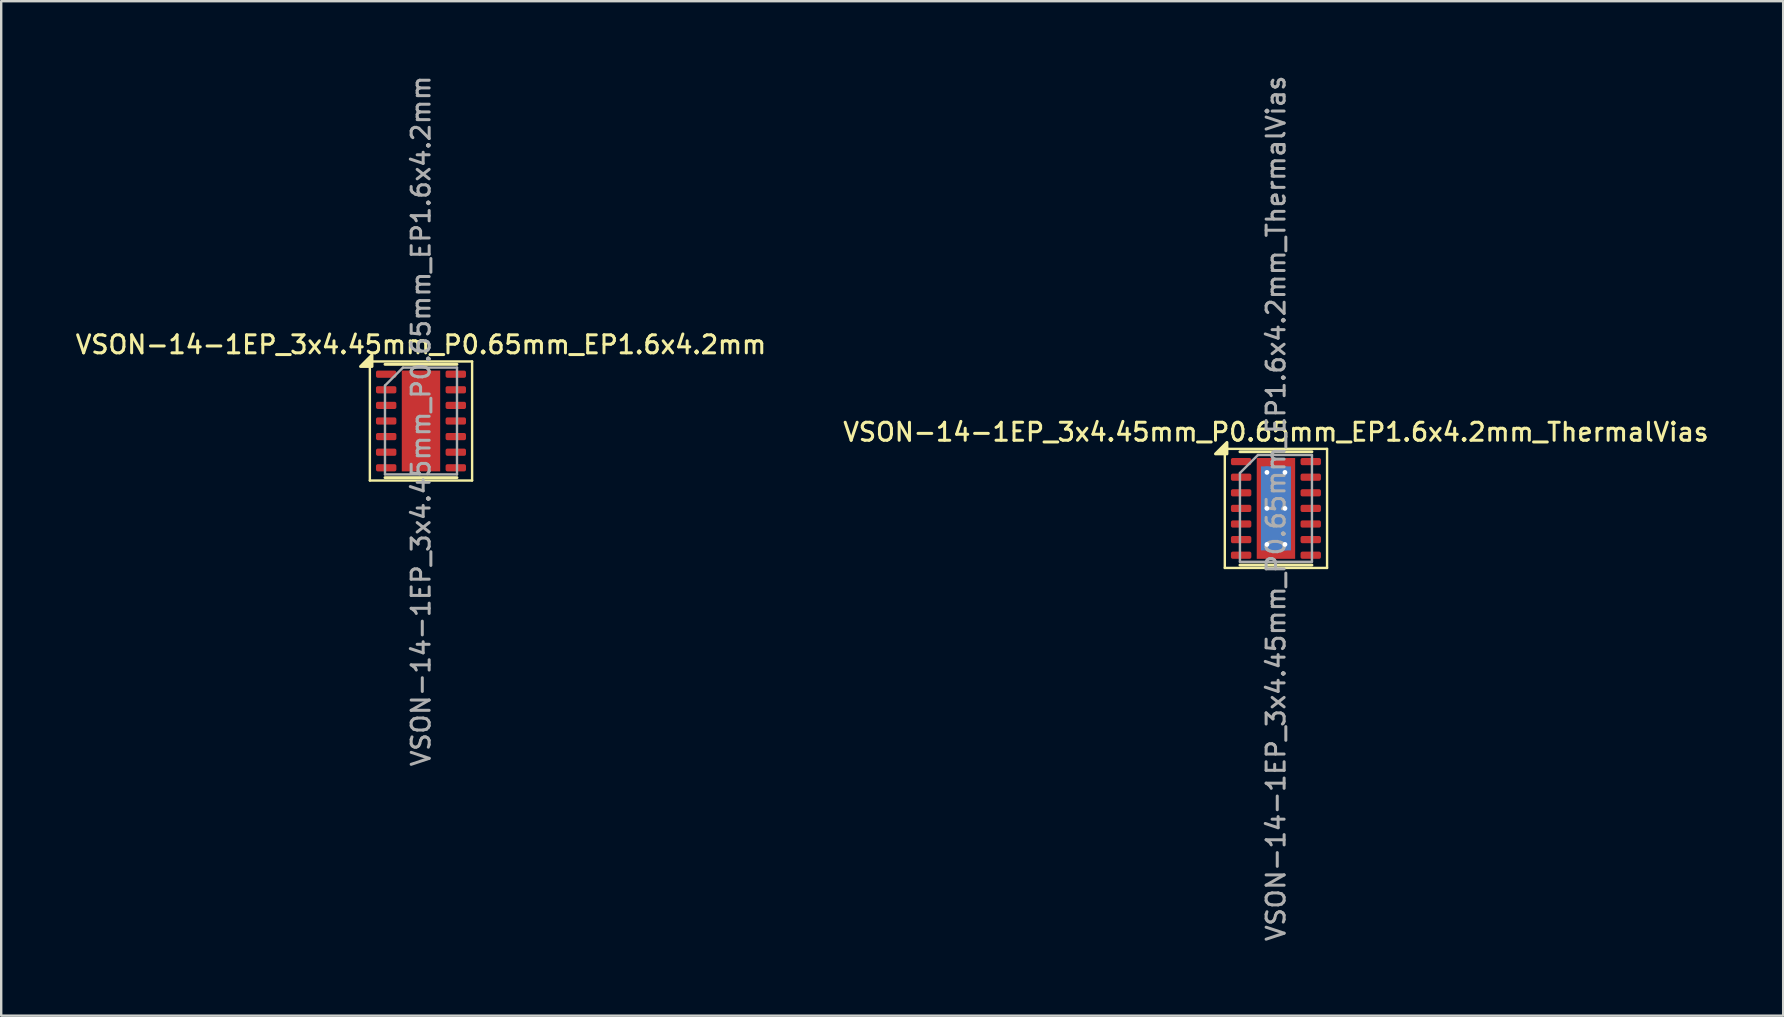
<source format=kicad_pcb>
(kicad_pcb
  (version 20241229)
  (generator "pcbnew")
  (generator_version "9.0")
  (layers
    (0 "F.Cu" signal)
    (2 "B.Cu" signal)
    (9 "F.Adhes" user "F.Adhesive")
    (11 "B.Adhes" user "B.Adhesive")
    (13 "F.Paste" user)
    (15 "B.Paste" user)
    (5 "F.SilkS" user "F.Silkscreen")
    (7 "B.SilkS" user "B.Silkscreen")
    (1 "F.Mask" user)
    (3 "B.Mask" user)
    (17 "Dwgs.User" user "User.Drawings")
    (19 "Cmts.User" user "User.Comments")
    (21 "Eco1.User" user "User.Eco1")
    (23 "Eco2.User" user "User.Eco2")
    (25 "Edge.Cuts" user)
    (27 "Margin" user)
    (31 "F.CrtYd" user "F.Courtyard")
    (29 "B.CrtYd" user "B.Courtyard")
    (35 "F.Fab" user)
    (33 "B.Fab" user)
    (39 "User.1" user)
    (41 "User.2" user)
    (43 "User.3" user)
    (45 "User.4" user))
  (footprint "VSON-14-1EP_3x4.45mm_P0.65mm_EP1.6x4.2mm_ThermalVias"
    (layer "F.Cu")
    (at 50.105 18.13)
    (property "Reference" "VSON-14-1EP_3x4.45mm_P0.65mm_EP1.6x4.2mm_ThermalVias" (at 0 -3.18 0) (layer "F.SilkS") (effects (font (size 0.75 0.75) (thickness 0.125))))
    (attr smd)
    (fp_line (start -2.13 -2.48) (end -2.13 2.48) (stroke (width 0.1) (type solid)) (layer "F.SilkS"))
    (fp_line (start -2.13 2.48) (end 2.13 2.48) (stroke (width 0.1) (type solid)) (layer "F.SilkS"))
    (fp_line (start -1.5 -2.36) (end 1.5 -2.36) (stroke (width 0.12) (type solid)) (layer "F.SilkS"))
    (fp_line (start -1.5 2.36) (end 1.5 2.36) (stroke (width 0.12) (type solid)) (layer "F.SilkS"))
    (fp_line (start 2.13 -2.48) (end -2.13 -2.48) (stroke (width 0.1) (type solid)) (layer "F.SilkS"))
    (fp_line (start 2.13 2.48) (end 2.13 -2.48) (stroke (width 0.1) (type solid)) (layer "F.SilkS"))
    (fp_poly (pts (xy -2.04 -2.27) (xy -2.52 -2.27) (xy -2.04 -2.75) (xy -2.04 -2.27)) (stroke (width 0.12) (type solid)) (fill yes) (layer "F.SilkS"))
    (fp_line (start -1.5 -1.475) (end -0.75 -2.225) (stroke (width 0.1) (type solid)) (layer "F.Fab"))
    (fp_line (start -1.5 2.225) (end -1.5 -1.475) (stroke (width 0.1) (type solid)) (layer "F.Fab"))
    (fp_line (start -0.75 -2.225) (end 1.5 -2.225) (stroke (width 0.1) (type solid)) (layer "F.Fab"))
    (fp_line (start 1.5 -2.225) (end 1.5 2.225) (stroke (width 0.1) (type solid)) (layer "F.Fab"))
    (fp_line (start 1.5 2.225) (end -1.5 2.225) (stroke (width 0.1) (type solid)) (layer "F.Fab"))
    (fp_text user "${REFERENCE}" (at 0 0 90) (layer "F.Fab") (effects (font (size 0.75 0.75) (thickness 0.125))))
    (pad "" smd custom (at -0.588 -1.8) (size 0.163 0.163) (layers "F.Paste") (options (anchor circle)) (primitives (gr_poly (pts (xy -0.127 -0.198) (xy 0.127 -0.198) (xy 0.127 -0.031) (xy -0.101 0.198) (xy -0.127 0.198)) (width 0.088) (fill yes))))
    (pad "" smd custom (at -0.588 -0.75) (size 0.225 0.225) (layers "F.Paste") (options (anchor circle)) (primitives (gr_poly (pts (xy -0.086 -0.519) (xy -0.031 -0.519) (xy 0.086 -0.402) (xy 0.086 0.402) (xy -0.031 0.519) (xy -0.086 0.519)) (width 0.171) (fill yes))))
    (pad "" smd custom (at -0.588 0.75) (size 0.225 0.225) (layers "F.Paste") (options (anchor circle)) (primitives (gr_poly (pts (xy -0.086 -0.519) (xy -0.031 -0.519) (xy 0.086 -0.402) (xy 0.086 0.402) (xy -0.031 0.519) (xy -0.086 0.519)) (width 0.171) (fill yes))))
    (pad "" smd custom (at -0.588 1.8) (size 0.163 0.163) (layers "F.Paste") (options (anchor circle)) (primitives (gr_poly (pts (xy -0.127 -0.198) (xy -0.101 -0.198) (xy 0.127 0.031) (xy 0.127 0.198) (xy -0.127 0.198)) (width 0.088) (fill yes))))
    (pad "" smd custom (at 0 -1.8) (size 0.326 0.326) (layers "F.Paste") (options (anchor circle)) (primitives (gr_poly (pts (xy -0.181 -0.121) (xy 0.181 -0.121) (xy 0.181 -0.031) (xy 0.029 0.121) (xy -0.029 0.121) (xy -0.181 -0.031)) (width 0.242) (fill yes))))
    (pad "" smd custom (at 0 -0.75) (size 0.509 0.509) (layers "F.Paste") (options (anchor circle)) (primitives (gr_poly (pts (xy -0.206 -0.429) (xy -0.127 -0.509) (xy 0.127 -0.509) (xy 0.206 -0.429) (xy 0.206 0.429) (xy 0.127 0.509) (xy -0.127 0.509) (xy -0.206 0.429)) (width 0.192) (fill yes))))
    (pad "" smd custom (at 0 0.75) (size 0.509 0.509) (layers "F.Paste") (options (anchor circle)) (primitives (gr_poly (pts (xy -0.206 -0.429) (xy -0.127 -0.509) (xy 0.127 -0.509) (xy 0.206 -0.429) (xy 0.206 0.429) (xy 0.127 0.509) (xy -0.127 0.509) (xy -0.206 0.429)) (width 0.192) (fill yes))))
    (pad "" smd custom (at 0 1.8) (size 0.326 0.326) (layers "F.Paste") (options (anchor circle)) (primitives (gr_poly (pts (xy -0.181 0.031) (xy -0.029 -0.121) (xy 0.029 -0.121) (xy 0.181 0.031) (xy 0.181 0.121) (xy -0.181 0.121)) (width 0.242) (fill yes))))
    (pad "" smd custom (at 0.588 -1.8) (size 0.163 0.163) (layers "F.Paste") (options (anchor circle)) (primitives (gr_poly (pts (xy -0.127 -0.198) (xy 0.127 -0.198) (xy 0.127 0.198) (xy 0.101 0.198) (xy -0.127 -0.031)) (width 0.088) (fill yes))))
    (pad "" smd custom (at 0.588 -0.75) (size 0.225 0.225) (layers "F.Paste") (options (anchor circle)) (primitives (gr_poly (pts (xy -0.086 -0.402) (xy 0.031 -0.519) (xy 0.086 -0.519) (xy 0.086 0.519) (xy 0.031 0.519) (xy -0.086 0.402)) (width 0.171) (fill yes))))
    (pad "" smd custom (at 0.588 0.75) (size 0.225 0.225) (layers "F.Paste") (options (anchor circle)) (primitives (gr_poly (pts (xy -0.086 -0.402) (xy 0.031 -0.519) (xy 0.086 -0.519) (xy 0.086 0.519) (xy 0.031 0.519) (xy -0.086 0.402)) (width 0.171) (fill yes))))
    (pad "" smd custom (at 0.588 1.8) (size 0.163 0.163) (layers "F.Paste") (options (anchor circle)) (primitives (gr_poly (pts (xy -0.127 0.031) (xy 0.101 -0.198) (xy 0.127 -0.198) (xy 0.127 0.198) (xy -0.127 0.198)) (width 0.088) (fill yes))))
    (pad "1" smd roundrect (at -1.45 -1.95) (size 0.85 0.3) (layers "F.Cu" "F.Mask" "F.Paste") (roundrect_rratio 0.25))
    (pad "2" smd roundrect (at -1.45 -1.3) (size 0.85 0.3) (layers "F.Cu" "F.Mask" "F.Paste") (roundrect_rratio 0.25))
    (pad "3" smd roundrect (at -1.45 -0.65) (size 0.85 0.3) (layers "F.Cu" "F.Mask" "F.Paste") (roundrect_rratio 0.25))
    (pad "4" smd roundrect (at -1.45 0) (size 0.85 0.3) (layers "F.Cu" "F.Mask" "F.Paste") (roundrect_rratio 0.25))
    (pad "5" smd roundrect (at -1.45 0.65) (size 0.85 0.3) (layers "F.Cu" "F.Mask" "F.Paste") (roundrect_rratio 0.25))
    (pad "6" smd roundrect (at -1.45 1.3) (size 0.85 0.3) (layers "F.Cu" "F.Mask" "F.Paste") (roundrect_rratio 0.25))
    (pad "7" smd roundrect (at -1.45 1.95) (size 0.85 0.3) (layers "F.Cu" "F.Mask" "F.Paste") (roundrect_rratio 0.25))
    (pad "8" smd roundrect (at 1.45 1.95) (size 0.85 0.3) (layers "F.Cu" "F.Mask" "F.Paste") (roundrect_rratio 0.25))
    (pad "9" smd roundrect (at 1.45 1.3) (size 0.85 0.3) (layers "F.Cu" "F.Mask" "F.Paste") (roundrect_rratio 0.25))
    (pad "10" smd roundrect (at 1.45 0.65) (size 0.85 0.3) (layers "F.Cu" "F.Mask" "F.Paste") (roundrect_rratio 0.25))
    (pad "11" smd roundrect (at 1.45 0) (size 0.85 0.3) (layers "F.Cu" "F.Mask" "F.Paste") (roundrect_rratio 0.25))
    (pad "12" smd roundrect (at 1.45 -0.65) (size 0.85 0.3) (layers "F.Cu" "F.Mask" "F.Paste") (roundrect_rratio 0.25))
    (pad "13" smd roundrect (at 1.45 -1.3) (size 0.85 0.3) (layers "F.Cu" "F.Mask" "F.Paste") (roundrect_rratio 0.25))
    (pad "14" smd roundrect (at 1.45 -1.95) (size 0.85 0.3) (layers "F.Cu" "F.Mask" "F.Paste") (roundrect_rratio 0.25))
    (pad "15" thru_hole circle (at -0.375 -1.5) (size 0.5 0.5) (drill 0.2) (property pad_prop_heatsink) (layers "*.Cu"))
    (pad "15" thru_hole circle (at -0.375 0) (size 0.5 0.5) (drill 0.2) (property pad_prop_heatsink) (layers "*.Cu"))
    (pad "15" thru_hole circle (at -0.375 1.5) (size 0.5 0.5) (drill 0.2) (property pad_prop_heatsink) (layers "*.Cu"))
    (pad "15" smd rect (at 0 0) (size 1.25 3.5) (property pad_prop_heatsink) (layers "B.Cu"))
    (pad "15" smd rect (at 0 0) (size 1.6 4.2) (property pad_prop_heatsink) (layers "F.Cu" "F.Mask"))
    (pad "15" thru_hole circle (at 0.375 -1.5) (size 0.5 0.5) (drill 0.2) (property pad_prop_heatsink) (layers "*.Cu"))
    (pad "15" thru_hole circle (at 0.375 0) (size 0.5 0.5) (drill 0.2) (property pad_prop_heatsink) (layers "*.Cu"))
    (pad "15" thru_hole circle (at 0.375 1.5) (size 0.5 0.5) (drill 0.2) (property pad_prop_heatsink) (layers "*.Cu")))
  (footprint "VSON-14-1EP_3x4.45mm_P0.65mm_EP1.6x4.2mm"
    (layer "F.Cu")
    (at 14.488 14.488)
    (property "Reference" "VSON-14-1EP_3x4.45mm_P0.65mm_EP1.6x4.2mm" (at 0 -3.18 0) (layer "F.SilkS") (effects (font (size 0.75 0.75) (thickness 0.125))))
    (attr smd)
    (fp_line (start -2.13 -2.48) (end -2.13 2.48) (stroke (width 0.1) (type solid)) (layer "F.SilkS"))
    (fp_line (start -2.13 2.48) (end 2.13 2.48) (stroke (width 0.1) (type solid)) (layer "F.SilkS"))
    (fp_line (start -1.5 -2.36) (end 1.5 -2.36) (stroke (width 0.12) (type solid)) (layer "F.SilkS"))
    (fp_line (start -1.5 2.36) (end 1.5 2.36) (stroke (width 0.12) (type solid)) (layer "F.SilkS"))
    (fp_line (start 2.13 -2.48) (end -2.13 -2.48) (stroke (width 0.1) (type solid)) (layer "F.SilkS"))
    (fp_line (start 2.13 2.48) (end 2.13 -2.48) (stroke (width 0.1) (type solid)) (layer "F.SilkS"))
    (fp_poly (pts (xy -2.04 -2.27) (xy -2.52 -2.27) (xy -2.04 -2.75) (xy -2.04 -2.27)) (stroke (width 0.12) (type solid)) (fill yes) (layer "F.SilkS"))
    (fp_line (start -1.5 -1.475) (end -0.75 -2.225) (stroke (width 0.1) (type solid)) (layer "F.Fab"))
    (fp_line (start -1.5 2.225) (end -1.5 -1.475) (stroke (width 0.1) (type solid)) (layer "F.Fab"))
    (fp_line (start -0.75 -2.225) (end 1.5 -2.225) (stroke (width 0.1) (type solid)) (layer "F.Fab"))
    (fp_line (start 1.5 -2.225) (end 1.5 2.225) (stroke (width 0.1) (type solid)) (layer "F.Fab"))
    (fp_line (start 1.5 2.225) (end -1.5 2.225) (stroke (width 0.1) (type solid)) (layer "F.Fab"))
    (fp_text user "${REFERENCE}" (at 0 0 90) (layer "F.Fab") (effects (font (size 0.75 0.75) (thickness 0.125))))
    (pad "" smd roundrect (at 0 0) (size 1.29 3.39) (layers "F.Paste") (roundrect_rratio 0.194))
    (pad "1" smd roundrect (at -1.45 -1.95) (size 0.85 0.3) (layers "F.Cu" "F.Mask" "F.Paste") (roundrect_rratio 0.25))
    (pad "2" smd roundrect (at -1.45 -1.3) (size 0.85 0.3) (layers "F.Cu" "F.Mask" "F.Paste") (roundrect_rratio 0.25))
    (pad "3" smd roundrect (at -1.45 -0.65) (size 0.85 0.3) (layers "F.Cu" "F.Mask" "F.Paste") (roundrect_rratio 0.25))
    (pad "4" smd roundrect (at -1.45 0) (size 0.85 0.3) (layers "F.Cu" "F.Mask" "F.Paste") (roundrect_rratio 0.25))
    (pad "5" smd roundrect (at -1.45 0.65) (size 0.85 0.3) (layers "F.Cu" "F.Mask" "F.Paste") (roundrect_rratio 0.25))
    (pad "6" smd roundrect (at -1.45 1.3) (size 0.85 0.3) (layers "F.Cu" "F.Mask" "F.Paste") (roundrect_rratio 0.25))
    (pad "7" smd roundrect (at -1.45 1.95) (size 0.85 0.3) (layers "F.Cu" "F.Mask" "F.Paste") (roundrect_rratio 0.25))
    (pad "8" smd roundrect (at 1.45 1.95) (size 0.85 0.3) (layers "F.Cu" "F.Mask" "F.Paste") (roundrect_rratio 0.25))
    (pad "9" smd roundrect (at 1.45 1.3) (size 0.85 0.3) (layers "F.Cu" "F.Mask" "F.Paste") (roundrect_rratio 0.25))
    (pad "10" smd roundrect (at 1.45 0.65) (size 0.85 0.3) (layers "F.Cu" "F.Mask" "F.Paste") (roundrect_rratio 0.25))
    (pad "11" smd roundrect (at 1.45 0) (size 0.85 0.3) (layers "F.Cu" "F.Mask" "F.Paste") (roundrect_rratio 0.25))
    (pad "12" smd roundrect (at 1.45 -0.65) (size 0.85 0.3) (layers "F.Cu" "F.Mask" "F.Paste") (roundrect_rratio 0.25))
    (pad "13" smd roundrect (at 1.45 -1.3) (size 0.85 0.3) (layers "F.Cu" "F.Mask" "F.Paste") (roundrect_rratio 0.25))
    (pad "14" smd roundrect (at 1.45 -1.95) (size 0.85 0.3) (layers "F.Cu" "F.Mask" "F.Paste") (roundrect_rratio 0.25))
    (pad "15" smd rect (at 0 0) (size 1.6 4.2) (property pad_prop_heatsink) (layers "F.Cu" "F.Mask")))
  (gr_rect
    (start -3 -3)
    (end 71.236 39.261)
    (stroke (width 0.1) (type default))
    (fill no)
    (layer "Edge.Cuts")))
</source>
